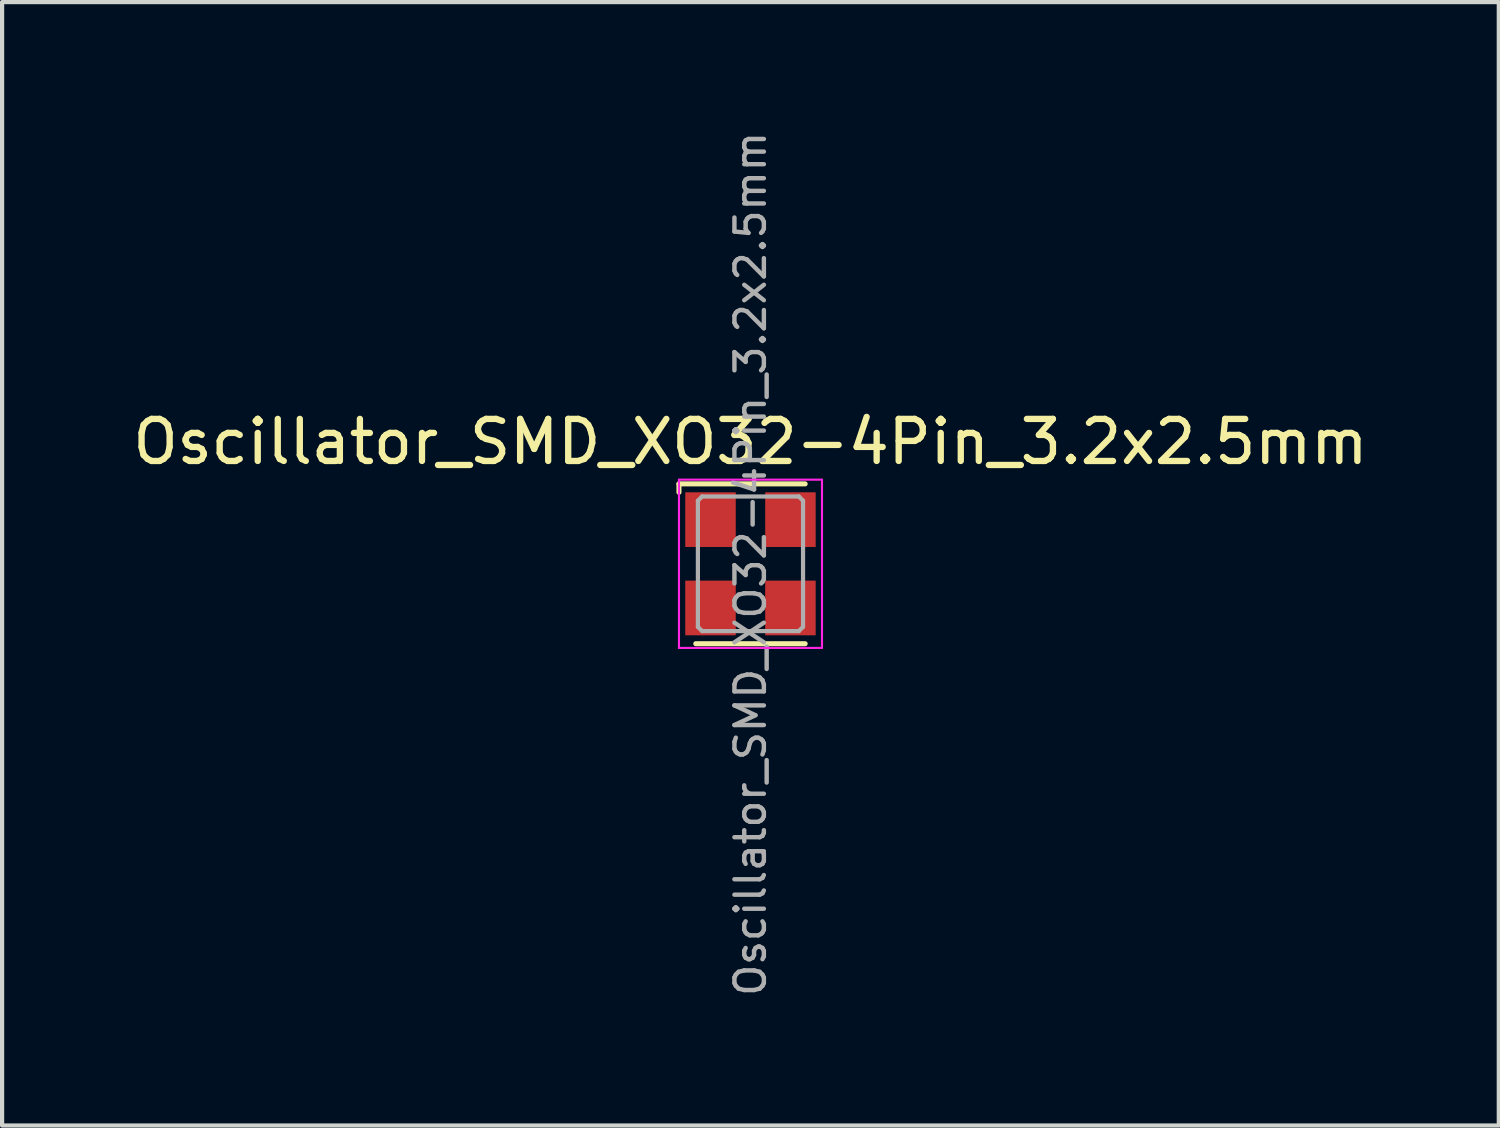
<source format=kicad_pcb>
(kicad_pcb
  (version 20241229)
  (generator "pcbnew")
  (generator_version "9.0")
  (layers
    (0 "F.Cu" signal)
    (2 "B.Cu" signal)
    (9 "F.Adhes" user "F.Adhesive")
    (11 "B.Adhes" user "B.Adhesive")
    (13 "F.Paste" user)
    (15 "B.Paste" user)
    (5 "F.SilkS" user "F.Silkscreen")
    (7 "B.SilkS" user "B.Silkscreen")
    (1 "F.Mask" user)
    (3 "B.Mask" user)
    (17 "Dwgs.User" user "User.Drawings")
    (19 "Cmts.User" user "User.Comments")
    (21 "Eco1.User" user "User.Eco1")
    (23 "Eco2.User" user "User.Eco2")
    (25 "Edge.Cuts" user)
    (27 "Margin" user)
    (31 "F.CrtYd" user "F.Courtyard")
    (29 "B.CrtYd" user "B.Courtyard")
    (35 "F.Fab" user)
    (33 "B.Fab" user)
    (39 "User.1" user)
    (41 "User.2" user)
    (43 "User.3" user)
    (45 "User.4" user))
  (footprint "Oscillator_SMD_XO32-4Pin_3.2x2.5mm"
    (layer "F.Cu")
    (at 14.792 10.354)
    (property "Reference" "Oscillator_SMD_XO32-4Pin_3.2x2.5mm" (at 0 -2.9 0) (layer "F.SilkS") (effects (font (size 1 1) (thickness 0.15))))
    (attr smd)
    (fp_line (start -1.7 -1.9) (end 1.3 -1.9) (stroke (width 0.12) (type solid)) (layer "F.SilkS"))
    (fp_line (start -1.7 -1.7) (end -1.7 -1.9) (stroke (width 0.12) (type solid)) (layer "F.SilkS"))
    (fp_line (start 1.3 1.9) (end -1.3 1.9) (stroke (width 0.12) (type solid)) (layer "F.SilkS"))
    (fp_line (start -1.7 -2) (end -1.7 2) (stroke (width 0.05) (type solid)) (layer "F.CrtYd"))
    (fp_line (start -1.7 2) (end 1.7 2) (stroke (width 0.05) (type solid)) (layer "F.CrtYd"))
    (fp_line (start 1.7 -2) (end -1.7 -2) (stroke (width 0.05) (type solid)) (layer "F.CrtYd"))
    (fp_line (start 1.7 2) (end 1.7 -2) (stroke (width 0.05) (type solid)) (layer "F.CrtYd"))
    (fp_line (start -1.25 -1.5) (end -1.15 -1.6) (stroke (width 0.1) (type solid)) (layer "F.Fab"))
    (fp_line (start -1.25 1.5) (end -1.25 -1.5) (stroke (width 0.1) (type solid)) (layer "F.Fab"))
    (fp_line (start -1.15 -1.6) (end 1.15 -1.6) (stroke (width 0.1) (type solid)) (layer "F.Fab"))
    (fp_line (start -1.15 1.6) (end -1.25 1.5) (stroke (width 0.1) (type solid)) (layer "F.Fab"))
    (fp_line (start 1.15 -1.6) (end 1.25 -1.5) (stroke (width 0.1) (type solid)) (layer "F.Fab"))
    (fp_line (start 1.15 1.6) (end -1.15 1.6) (stroke (width 0.1) (type solid)) (layer "F.Fab"))
    (fp_line (start 1.25 -1.5) (end 1.25 1.5) (stroke (width 0.1) (type solid)) (layer "F.Fab"))
    (fp_line (start 1.25 1.5) (end 1.15 1.6) (stroke (width 0.1) (type solid)) (layer "F.Fab"))
    (fp_text user "${REFERENCE}" (at 0 0 270) (layer "F.Fab") (effects (font (size 0.7 0.7) (thickness 0.105))))
    (pad "1" smd rect (at -0.95 -1.05 270) (size 1.3 1.2) (layers "F.Cu" "F.Mask" "F.Paste"))
    (pad "2" smd rect (at -0.95 1.05 270) (size 1.3 1.2) (layers "F.Cu" "F.Mask" "F.Paste"))
    (pad "3" smd rect (at 0.95 1.05 270) (size 1.3 1.2) (layers "F.Cu" "F.Mask" "F.Paste"))
    (pad "4" smd rect (at 0.95 -1.05 270) (size 1.3 1.2) (layers "F.Cu" "F.Mask" "F.Paste")))
  (gr_rect
    (start -3 -3)
    (end 32.583 23.708)
    (stroke (width 0.1) (type default))
    (fill no)
    (layer "Edge.Cuts")))
</source>
